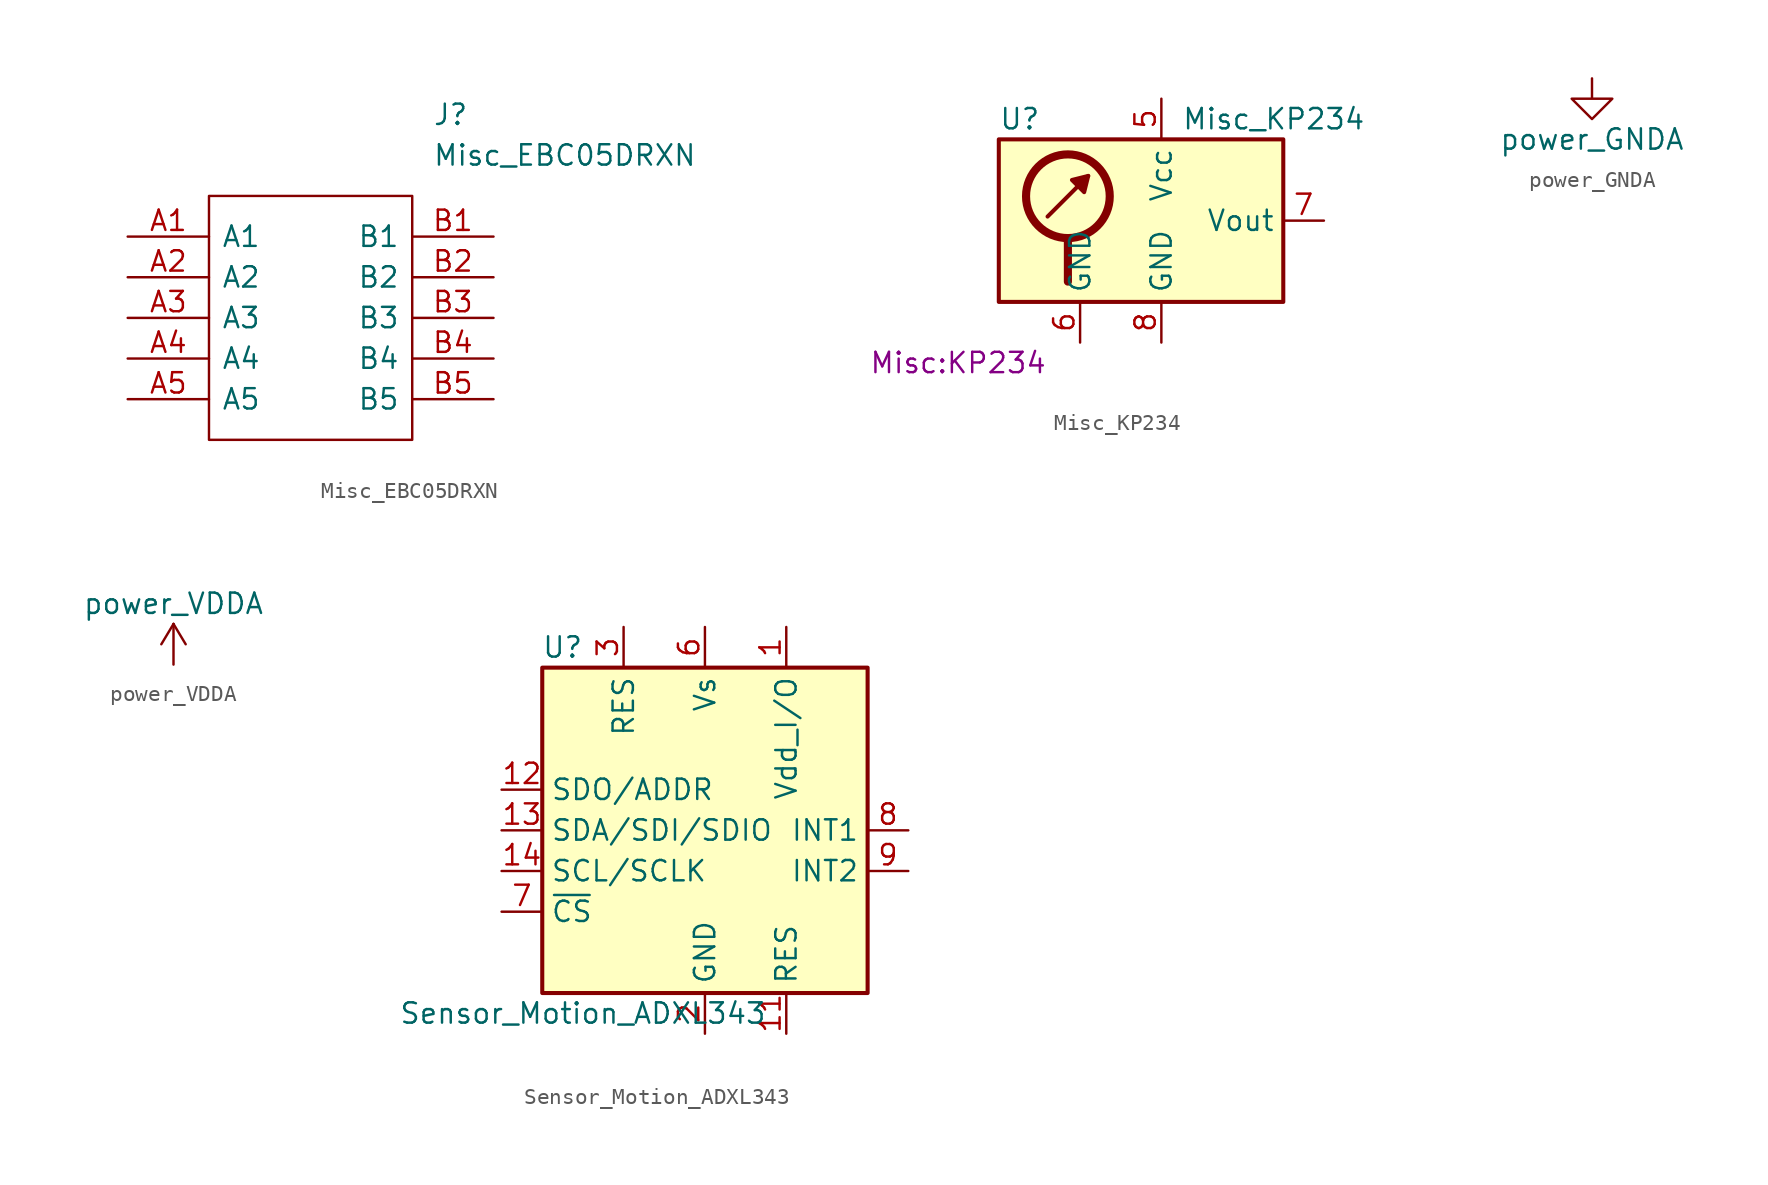
<source format=kicad_sym>
(kicad_symbol_lib
  (version 20241209)
  (generator "kicad_symbol_editor")
  (generator_version "9.0")
  (symbol "Misc_EBC05DRXN"
    (pin_names
      (offset 0.762))
    (property "Reference" "J"
      (at 19.05 7.62 0)
      (effects (font (size 1.27 1.27)) (justify left)))
    (property "Value" "Misc_EBC05DRXN"
      (at 19.05 5.08 0)
      (effects (font (size 1.27 1.27)) (justify left)))
    (symbol "Misc_EBC05DRXN_0_0"
      (pin passive line (at 0 0 0) (length 5.08) (name "A1" (effects (font (size 1.27 1.27)))) (number "A1" (effects (font (size 1.27 1.27)))))
      (pin passive line (at 0 -2.54 0) (length 5.08) (name "A2" (effects (font (size 1.27 1.27)))) (number "A2" (effects (font (size 1.27 1.27)))))
      (pin passive line (at 0 -5.08 0) (length 5.08) (name "A3" (effects (font (size 1.27 1.27)))) (number "A3" (effects (font (size 1.27 1.27)))))
      (pin passive line (at 0 -7.62 0) (length 5.08) (name "A4" (effects (font (size 1.27 1.27)))) (number "A4" (effects (font (size 1.27 1.27)))))
      (pin passive line (at 0 -10.16 0) (length 5.08) (name "A5" (effects (font (size 1.27 1.27)))) (number "A5" (effects (font (size 1.27 1.27)))))
      (pin passive line (at 22.86 0 180) (length 5.08) (name "B1" (effects (font (size 1.27 1.27)))) (number "B1" (effects (font (size 1.27 1.27)))))
      (pin passive line (at 22.86 -2.54 180) (length 5.08) (name "B2" (effects (font (size 1.27 1.27)))) (number "B2" (effects (font (size 1.27 1.27)))))
      (pin passive line (at 22.86 -5.08 180) (length 5.08) (name "B3" (effects (font (size 1.27 1.27)))) (number "B3" (effects (font (size 1.27 1.27)))))
      (pin passive line (at 22.86 -7.62 180) (length 5.08) (name "B4" (effects (font (size 1.27 1.27)))) (number "B4" (effects (font (size 1.27 1.27)))))
      (pin passive line (at 22.86 -10.16 180) (length 5.08) (name "B5" (effects (font (size 1.27 1.27)))) (number "B5" (effects (font (size 1.27 1.27))))))
    (symbol "Misc_EBC05DRXN_0_1"
      (polyline (pts (xy 5.08 2.54) (xy 17.78 2.54) (xy 17.78 -12.7) (xy 5.08 -12.7) (xy 5.08 2.54)) (stroke (width 0.152) (type solid)) (fill (type none)))))
  (symbol "Misc_KP234"
    (property "Reference" "U"
      (at -10.16 6.35 0)
      (effects (font (size 1.27 1.27)) (justify left)))
    (property "Value" "Misc_KP234"
      (at 1.27 6.35 0)
      (effects (font (size 1.27 1.27)) (justify left)))
    (property "Footprint" "Misc:KP234"
      (at -12.7 -8.89 0)
      (effects (font (size 1.27 1.27))))
    (symbol "Misc_KP234_0_1"
      (polyline (pts (xy -7.112 0.254) (xy -4.572 2.794)) (stroke (width 0.254) (type solid)) (fill (type none)))
      (circle (center -5.842 1.524) (radius 2.616) (stroke (width 0.508) (type solid)) (fill (type none)))
      (polyline (pts (xy -5.842 -1.27) (xy -5.842 -3.81)) (stroke (width 0.508) (type solid)) (fill (type none)))
      (polyline (pts (xy -4.572 2.794) (xy -4.826 1.778) (xy -5.588 2.54) (xy -4.572 2.794)) (stroke (width 0.254) (type solid)) (fill (type outline)))
      (rectangle (start 7.62 5.08) (end -10.16 -5.08) (stroke (width 0.254) (type solid)) (fill (type background))))
    (symbol "Misc_KP234_1_1"
      (pin no_connect line (at -7.62 -5.08 90) (length 2.54) (hide yes) (name "NC" (effects (font (size 1.27 1.27)))) (number "2" (effects (font (size 1.27 1.27)))))
      (pin power_in line (at -5.08 -7.62 90) (length 2.54) (name "GND" (effects (font (size 1.27 1.27)))) (number "6" (effects (font (size 1.27 1.27)))))
      (pin no_connect line (at -2.54 -5.08 90) (length 2.54) (hide yes) (name "NC" (effects (font (size 1.27 1.27)))) (number "4" (effects (font (size 1.27 1.27)))))
      (pin power_in line (at 0 7.62 270) (length 2.54) (name "Vcc" (effects (font (size 1.27 1.27)))) (number "5" (effects (font (size 1.27 1.27)))))
      (pin power_in line (at 0 -7.62 90) (length 2.54) (name "GND" (effects (font (size 1.27 1.27)))) (number "8" (effects (font (size 1.27 1.27)))))
      (pin no_connect line (at 2.54 -5.08 90) (length 2.54) (hide yes) (name "NC" (effects (font (size 1.27 1.27)))) (number "8" (effects (font (size 1.27 1.27)))))
      (pin no_connect line (at 5.08 -5.08 90) (length 2.54) (hide yes) (name "NC" (effects (font (size 1.27 1.27)))) (number "1" (effects (font (size 1.27 1.27)))))
      (pin output line (at 10.16 0 180) (length 2.54) (name "Vout" (effects (font (size 1.27 1.27)))) (number "7" (effects (font (size 1.27 1.27)))))))
  (symbol "power_GNDA"
    (power)
    (pin_names
      (offset 0))
    (property "Reference" "#PWR"
      (at 0 -6.35 0)
      (effects (font (size 1.27 1.27)) (hide yes)))
    (property "Value" "power_GNDA"
      (at 0 -3.81 0)
      (effects (font (size 1.27 1.27))))
    (symbol "power_GNDA_0_1"
      (polyline (pts (xy 0 0) (xy 0 -1.27) (xy 1.27 -1.27) (xy 0 -2.54) (xy -1.27 -1.27) (xy 0 -1.27)) (stroke (width 0) (type solid)) (fill (type none))))
    (symbol "power_GNDA_1_1"
      (pin power_in line (at 0 0 270) (length 0) (hide yes) (name "GNDA" (effects (font (size 1.27 1.27)))) (number "1" (effects (font (size 1.27 1.27)))))))
  (symbol "power_VDDA"
    (power)
    (pin_names
      (offset 0))
    (property "Reference" "#PWR"
      (at 0 -3.81 0)
      (effects (font (size 1.27 1.27)) (hide yes)))
    (property "Value" "power_VDDA"
      (at 0 3.81 0)
      (effects (font (size 1.27 1.27))))
    (symbol "power_VDDA_0_1"
      (polyline (pts (xy -0.762 1.27) (xy 0 2.54)) (stroke (width 0) (type solid)) (fill (type none)))
      (polyline (pts (xy 0 2.54) (xy 0.762 1.27)) (stroke (width 0) (type solid)) (fill (type none)))
      (polyline (pts (xy 0 0) (xy 0 2.54)) (stroke (width 0) (type solid)) (fill (type none))))
    (symbol "power_VDDA_1_1"
      (pin power_in line (at 0 0 90) (length 0) (hide yes) (name "VDDA" (effects (font (size 1.27 1.27)))) (number "1" (effects (font (size 1.27 1.27)))))))
  (symbol "Sensor_Motion_ADXL343"
    (property "Reference" "U"
      (at -8.89 11.43 0)
      (effects (font (size 1.27 1.27))))
    (property "Value" "Sensor_Motion_ADXL343"
      (at -7.62 -11.43 0)
      (effects (font (size 1.27 1.27))))
    (symbol "Sensor_Motion_ADXL343_0_1"
      (rectangle (start -10.16 10.16) (end 10.16 -10.16) (stroke (width 0.254) (type solid)) (fill (type background))))
    (symbol "Sensor_Motion_ADXL343_1_1"
      (pin bidirectional line (at -12.7 2.54 0) (length 2.54) (name "SDO/ADDR" (effects (font (size 1.27 1.27)))) (number "12" (effects (font (size 1.27 1.27)))))
      (pin bidirectional line (at -12.7 0 0) (length 2.54) (name "SDA/SDI/SDIO" (effects (font (size 1.27 1.27)))) (number "13" (effects (font (size 1.27 1.27)))))
      (pin input line (at -12.7 -2.54 0) (length 2.54) (name "SCL/SCLK" (effects (font (size 1.27 1.27)))) (number "14" (effects (font (size 1.27 1.27)))))
      (pin input line (at -12.7 -5.08 0) (length 2.54) (name "~{CS}" (effects (font (size 1.27 1.27)))) (number "7" (effects (font (size 1.27 1.27)))))
      (pin passive line (at -5.08 12.7 270) (length 2.54) (name "RES" (effects (font (size 1.27 1.27)))) (number "3" (effects (font (size 1.27 1.27)))))
      (pin no_connect line (at -5.08 -10.16 90) (length 2.54) (hide yes) (name "NC" (effects (font (size 1.27 1.27)))) (number "10" (effects (font (size 1.27 1.27)))))
      (pin power_in line (at 0 12.7 270) (length 2.54) (name "Vs" (effects (font (size 1.27 1.27)))) (number "6" (effects (font (size 1.27 1.27)))))
      (pin power_in line (at 0 -12.7 90) (length 2.54) (name "GND" (effects (font (size 1.27 1.27)))) (number "2" (effects (font (size 1.27 1.27)))))
      (pin passive line (at 0 -12.7 90) (length 2.54) (hide yes) (name "GND" (effects (font (size 1.27 1.27)))) (number "4" (effects (font (size 1.27 1.27)))))
      (pin passive line (at 0 -12.7 90) (length 2.54) (hide yes) (name "GND" (effects (font (size 1.27 1.27)))) (number "5" (effects (font (size 1.27 1.27)))))
      (pin power_in line (at 5.08 12.7 270) (length 2.54) (name "Vdd_I/O" (effects (font (size 1.27 1.27)))) (number "1" (effects (font (size 1.27 1.27)))))
      (pin passive line (at 5.08 -12.7 90) (length 2.54) (name "RES" (effects (font (size 1.27 1.27)))) (number "11" (effects (font (size 1.27 1.27)))))
      (pin output line (at 12.7 0 180) (length 2.54) (name "INT1" (effects (font (size 1.27 1.27)))) (number "8" (effects (font (size 1.27 1.27)))))
      (pin output line (at 12.7 -2.54 180) (length 2.54) (name "INT2" (effects (font (size 1.27 1.27)))) (number "9" (effects (font (size 1.27 1.27))))))))
</source>
